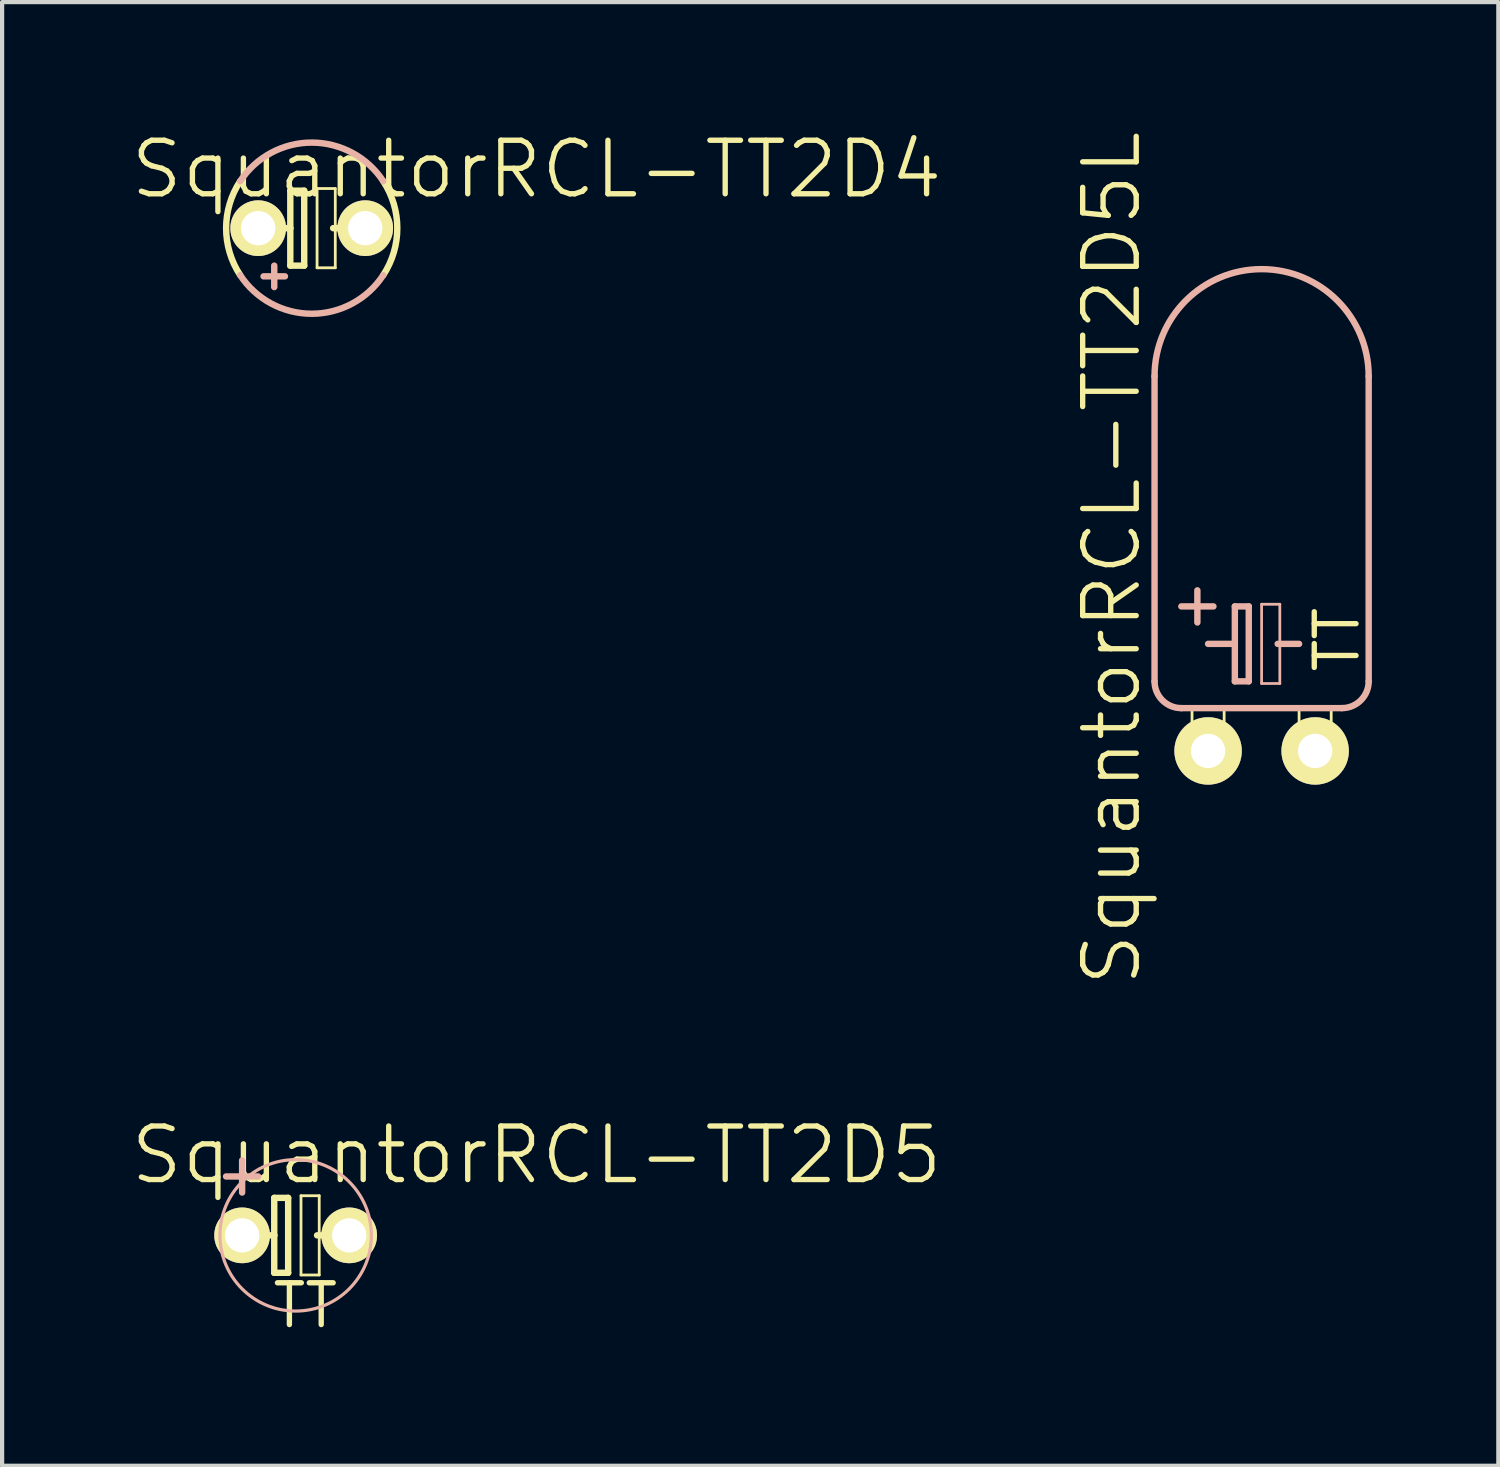
<source format=kicad_pcb>
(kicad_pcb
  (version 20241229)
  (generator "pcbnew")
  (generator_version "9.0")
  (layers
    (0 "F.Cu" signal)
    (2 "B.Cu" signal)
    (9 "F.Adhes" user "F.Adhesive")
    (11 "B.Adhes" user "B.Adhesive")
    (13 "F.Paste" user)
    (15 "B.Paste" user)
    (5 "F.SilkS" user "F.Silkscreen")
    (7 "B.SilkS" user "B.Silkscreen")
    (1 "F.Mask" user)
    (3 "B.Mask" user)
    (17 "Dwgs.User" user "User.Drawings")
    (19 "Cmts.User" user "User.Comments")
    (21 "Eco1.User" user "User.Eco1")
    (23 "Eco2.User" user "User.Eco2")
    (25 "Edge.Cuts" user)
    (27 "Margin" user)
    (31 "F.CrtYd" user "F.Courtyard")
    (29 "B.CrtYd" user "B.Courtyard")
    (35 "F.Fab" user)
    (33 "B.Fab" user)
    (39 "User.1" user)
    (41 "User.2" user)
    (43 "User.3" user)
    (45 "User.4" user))
  (footprint "SquantorRCL-TT2D5L"
    (layer "F.Cu")
    (at 26.88 14.765)
    (property "Reference" "SquantorRCL-TT2D5L" (at -3.556 -4.572 90) (layer "F.SilkS") (effects (font (size 1.27 1.27) (thickness 0.127))))
    (attr exclude_from_pos_files exclude_from_bom)
    (fp_line (start -1.651 -1.016) (end -0.889 -1.016) (stroke (width 0.066) (type solid)) (layer "F.SilkS"))
    (fp_line (start -1.651 -0.635) (end -1.651 -1.016) (stroke (width 0.066) (type solid)) (layer "F.SilkS"))
    (fp_line (start -1.651 -0.635) (end -0.889 -0.635) (stroke (width 0.066) (type solid)) (layer "F.SilkS"))
    (fp_line (start -1.651 -0.635) (end -0.889 -0.635) (stroke (width 0.066) (type solid)) (layer "F.SilkS"))
    (fp_line (start -1.651 0.127) (end -1.651 -0.635) (stroke (width 0.066) (type solid)) (layer "F.SilkS"))
    (fp_line (start -1.651 0.127) (end -0.889 0.127) (stroke (width 0.066) (type solid)) (layer "F.SilkS"))
    (fp_line (start -0.889 -0.635) (end -0.889 -1.016) (stroke (width 0.066) (type solid)) (layer "F.SilkS"))
    (fp_line (start -0.889 0.127) (end -0.889 -0.635) (stroke (width 0.066) (type solid)) (layer "F.SilkS"))
    (fp_line (start 0.889 -1.016) (end 1.651 -1.016) (stroke (width 0.066) (type solid)) (layer "F.SilkS"))
    (fp_line (start 0.889 -0.635) (end 0.889 -1.016) (stroke (width 0.066) (type solid)) (layer "F.SilkS"))
    (fp_line (start 0.889 -0.635) (end 1.651 -0.635) (stroke (width 0.066) (type solid)) (layer "F.SilkS"))
    (fp_line (start 0.889 -0.635) (end 1.651 -0.635) (stroke (width 0.066) (type solid)) (layer "F.SilkS"))
    (fp_line (start 0.889 0.127) (end 0.889 -0.635) (stroke (width 0.066) (type solid)) (layer "F.SilkS"))
    (fp_line (start 0.889 0.127) (end 1.651 0.127) (stroke (width 0.066) (type solid)) (layer "F.SilkS"))
    (fp_line (start 1.651 -0.635) (end 1.651 -1.016) (stroke (width 0.066) (type solid)) (layer "F.SilkS"))
    (fp_line (start 1.651 0.127) (end 1.651 -0.635) (stroke (width 0.066) (type solid)) (layer "F.SilkS"))
    (fp_line (start -2.54 -8.89) (end -2.54 -1.651) (stroke (width 0.152) (type solid)) (layer "B.SilkS"))
    (fp_line (start -1.905 -3.429) (end -1.143 -3.429) (stroke (width 0.152) (type solid)) (layer "B.SilkS"))
    (fp_line (start -1.905 -1.016) (end 1.905 -1.016) (stroke (width 0.152) (type solid)) (layer "B.SilkS"))
    (fp_line (start -1.524 -3.81) (end -1.524 -3.048) (stroke (width 0.152) (type solid)) (layer "B.SilkS"))
    (fp_line (start -1.27 -2.54) (end -0.635 -2.54) (stroke (width 0.152) (type solid)) (layer "B.SilkS"))
    (fp_line (start -0.635 -3.429) (end -0.635 -2.54) (stroke (width 0.152) (type solid)) (layer "B.SilkS"))
    (fp_line (start -0.635 -2.54) (end -0.635 -1.651) (stroke (width 0.152) (type solid)) (layer "B.SilkS"))
    (fp_line (start -0.635 -1.651) (end -0.305 -1.651) (stroke (width 0.152) (type solid)) (layer "B.SilkS"))
    (fp_line (start -0.305 -3.429) (end -0.635 -3.429) (stroke (width 0.152) (type solid)) (layer "B.SilkS"))
    (fp_line (start -0.305 -1.651) (end -0.305 -3.429) (stroke (width 0.152) (type solid)) (layer "B.SilkS"))
    (fp_line (start 0 -3.48) (end 0.432 -3.48) (stroke (width 0.066) (type solid)) (layer "B.SilkS"))
    (fp_line (start 0 -1.6) (end 0 -3.48) (stroke (width 0.066) (type solid)) (layer "B.SilkS"))
    (fp_line (start 0 -1.6) (end 0.432 -1.6) (stroke (width 0.066) (type solid)) (layer "B.SilkS"))
    (fp_line (start 0.381 -2.54) (end 0.889 -2.54) (stroke (width 0.152) (type solid)) (layer "B.SilkS"))
    (fp_line (start 0.432 -1.6) (end 0.432 -3.48) (stroke (width 0.066) (type solid)) (layer "B.SilkS"))
    (fp_line (start 2.54 -8.89) (end 2.54 -1.651) (stroke (width 0.152) (type solid)) (layer "B.SilkS"))
    (fp_arc (start -2.54 -8.89) (mid 0 -11.43) (end 2.54 -8.89) (stroke (width 0.1524) (type solid)) (layer "B.SilkS"))
    (fp_arc (start -1.905 -1.016) (mid -2.354013 -1.201987) (end -2.54 -1.651) (stroke (width 0.1524) (type solid)) (layer "B.SilkS"))
    (fp_arc (start 2.54 -1.651) (mid 2.354013 -1.201987) (end 1.905 -1.016) (stroke (width 0.1524) (type solid)) (layer "B.SilkS"))
    (fp_text user "TT" (at 1.788 -2.642 90) (layer "F.SilkS") (effects (font (size 0.991 0.991) (thickness 0.127))))
    (pad "+" thru_hole circle (at -1.27 0) (size 1.6 1.6) (drill 0.813) (layers "*.Cu" "F.Mask" "F.SilkS" "F.Paste"))
    (pad "-" thru_hole circle (at 1.27 0) (size 1.6 1.6) (drill 0.813) (layers "*.Cu" "F.Mask" "F.SilkS" "F.Paste")))
  (footprint "SquantorRCL-TT2D4"
    (layer "F.Cu")
    (at 4.345 2.363)
    (property "Reference" "SquantorRCL-TT2D4" (at 5.334 -1.397 0) (layer "F.SilkS") (effects (font (size 1.27 1.27) (thickness 0.127))))
    (attr exclude_from_pos_files exclude_from_bom)
    (fp_line (start -1.016 0) (end -0.508 0) (stroke (width 0.152) (type solid)) (layer "F.SilkS"))
    (fp_line (start -0.508 -0.889) (end -0.508 0) (stroke (width 0.152) (type solid)) (layer "F.SilkS"))
    (fp_line (start -0.508 0) (end -0.508 0.889) (stroke (width 0.152) (type solid)) (layer "F.SilkS"))
    (fp_line (start -0.508 0.889) (end -0.178 0.889) (stroke (width 0.152) (type solid)) (layer "F.SilkS"))
    (fp_line (start -0.178 -0.889) (end -0.508 -0.889) (stroke (width 0.152) (type solid)) (layer "F.SilkS"))
    (fp_line (start -0.178 0.889) (end -0.178 -0.889) (stroke (width 0.152) (type solid)) (layer "F.SilkS"))
    (fp_line (start 0.127 -0.94) (end 0.559 -0.94) (stroke (width 0.066) (type solid)) (layer "F.SilkS"))
    (fp_line (start 0.127 0.94) (end 0.127 -0.94) (stroke (width 0.066) (type solid)) (layer "F.SilkS"))
    (fp_line (start 0.127 0.94) (end 0.559 0.94) (stroke (width 0.066) (type solid)) (layer "F.SilkS"))
    (fp_line (start 0.508 0) (end 1.016 0) (stroke (width 0.152) (type solid)) (layer "F.SilkS"))
    (fp_line (start 0.559 0.94) (end 0.559 -0.94) (stroke (width 0.066) (type solid)) (layer "F.SilkS"))
    (fp_arc (start -1.69672 1.11506) (mid -2.030323 0.002209) (end -1.699143 -1.111365) (stroke (width 0.1524) (type solid)) (layer "F.SilkS"))
    (fp_arc (start 1.69672 -1.11506) (mid 2.030323 -0.002209) (end 1.699143 1.111365) (stroke (width 0.1524) (type solid)) (layer "F.SilkS"))
    (fp_line (start -0.889 1.397) (end -0.889 0.889) (stroke (width 0.152) (type solid)) (layer "B.SilkS"))
    (fp_line (start -0.635 1.143) (end -1.143 1.143) (stroke (width 0.152) (type solid)) (layer "B.SilkS"))
    (fp_arc (start -1.69672 -1.11506) (mid 0.000437 -2.030324) (end 1.6972 -1.114329) (stroke (width 0.1524) (type solid)) (layer "B.SilkS"))
    (fp_arc (start 1.69672 1.11506) (mid -0.000437 2.030324) (end -1.6972 1.114329) (stroke (width 0.1524) (type solid)) (layer "B.SilkS"))
    (pad "+" thru_hole circle (at -1.27 0) (size 1.321 1.321) (drill 0.813) (layers "*.Cu" "F.Mask" "F.SilkS" "F.Paste"))
    (pad "-" thru_hole circle (at 1.27 0) (size 1.321 1.321) (drill 0.813) (layers "*.Cu" "F.Mask" "F.SilkS" "F.Paste")))
  (footprint "SquantorRCL-TT2D5"
    (layer "F.Cu")
    (at 3.964 26.257)
    (property "Reference" "SquantorRCL-TT2D5" (at 5.715 -1.905 0) (layer "F.SilkS") (effects (font (size 1.27 1.27) (thickness 0.127))))
    (attr exclude_from_pos_files exclude_from_bom)
    (fp_line (start -1.016 0) (end -0.508 0) (stroke (width 0.152) (type solid)) (layer "F.SilkS"))
    (fp_line (start -0.508 -0.889) (end -0.508 0) (stroke (width 0.152) (type solid)) (layer "F.SilkS"))
    (fp_line (start -0.508 0) (end -0.508 0.889) (stroke (width 0.152) (type solid)) (layer "F.SilkS"))
    (fp_line (start -0.508 0.889) (end -0.178 0.889) (stroke (width 0.152) (type solid)) (layer "F.SilkS"))
    (fp_line (start -0.178 -0.889) (end -0.508 -0.889) (stroke (width 0.152) (type solid)) (layer "F.SilkS"))
    (fp_line (start -0.178 0.889) (end -0.178 -0.889) (stroke (width 0.152) (type solid)) (layer "F.SilkS"))
    (fp_line (start 0.127 -0.94) (end 0.559 -0.94) (stroke (width 0.066) (type solid)) (layer "F.SilkS"))
    (fp_line (start 0.127 0.94) (end 0.127 -0.94) (stroke (width 0.066) (type solid)) (layer "F.SilkS"))
    (fp_line (start 0.127 0.94) (end 0.559 0.94) (stroke (width 0.066) (type solid)) (layer "F.SilkS"))
    (fp_line (start 0.508 0) (end 1.016 0) (stroke (width 0.152) (type solid)) (layer "F.SilkS"))
    (fp_line (start 0.559 0.94) (end 0.559 -0.94) (stroke (width 0.066) (type solid)) (layer "F.SilkS"))
    (fp_line (start -1.27 -1.016) (end -1.27 -1.778) (stroke (width 0.152) (type solid)) (layer "B.SilkS"))
    (fp_line (start -0.889 -1.397) (end -1.651 -1.397) (stroke (width 0.152) (type solid)) (layer "B.SilkS"))
    (fp_circle (center 0 0) (end -1.27 1.27) (stroke (width 0.076) (type solid)) (fill no) (layer "B.SilkS"))
    (fp_text user "TT" (at 0.229 1.664 0) (layer "F.SilkS") (effects (font (size 0.991 0.991) (thickness 0.127))))
    (pad "+" thru_hole circle (at -1.27 0) (size 1.321 1.321) (drill 0.813) (layers "*.Cu" "F.Mask" "F.SilkS" "F.Paste"))
    (pad "-" thru_hole circle (at 1.27 0) (size 1.321 1.321) (drill 0.813) (layers "*.Cu" "F.Mask" "F.SilkS" "F.Paste")))
  (gr_rect
    (start -3 -3)
    (end 32.496 31.723)
    (stroke (width 0.1) (type default))
    (fill no)
    (layer "Edge.Cuts")))
</source>
